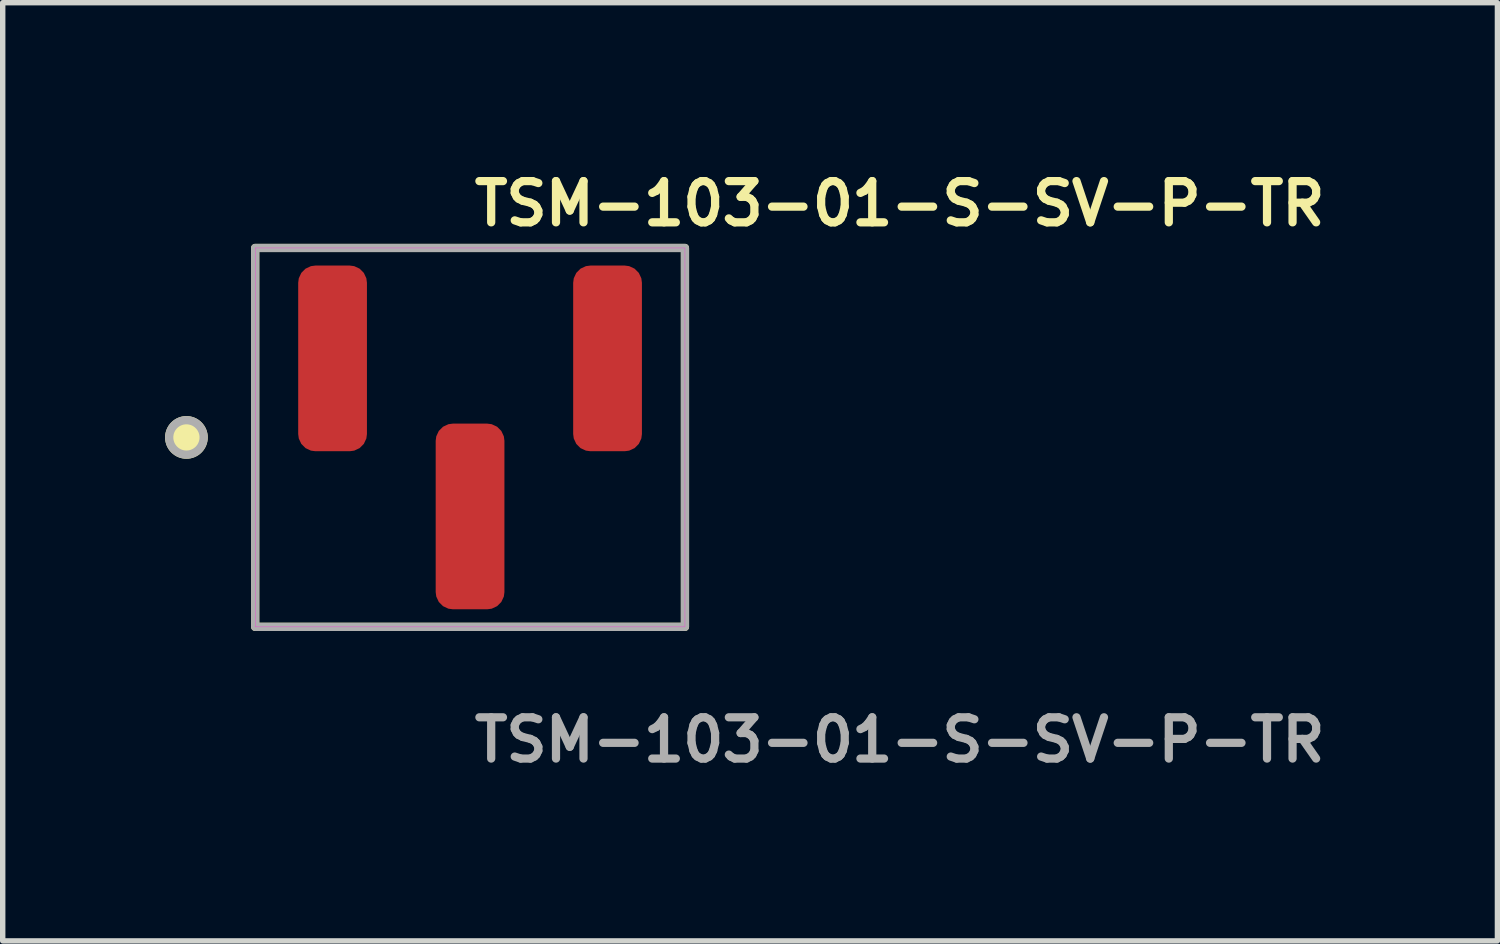
<source format=kicad_pcb>
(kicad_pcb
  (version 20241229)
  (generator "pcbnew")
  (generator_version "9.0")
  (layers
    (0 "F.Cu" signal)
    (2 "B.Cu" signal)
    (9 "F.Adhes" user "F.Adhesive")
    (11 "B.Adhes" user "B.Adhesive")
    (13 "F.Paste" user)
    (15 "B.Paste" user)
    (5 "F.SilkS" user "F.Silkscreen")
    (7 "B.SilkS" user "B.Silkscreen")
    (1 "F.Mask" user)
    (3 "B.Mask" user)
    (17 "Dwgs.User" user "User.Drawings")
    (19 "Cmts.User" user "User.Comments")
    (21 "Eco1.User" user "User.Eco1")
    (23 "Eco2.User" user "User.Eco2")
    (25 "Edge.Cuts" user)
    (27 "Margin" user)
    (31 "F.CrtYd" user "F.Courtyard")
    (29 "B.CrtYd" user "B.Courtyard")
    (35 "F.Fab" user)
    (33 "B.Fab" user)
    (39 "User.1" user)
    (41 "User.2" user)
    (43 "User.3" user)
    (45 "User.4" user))
  (footprint "TSM-103-01-S-SV-P-TR"
    (layer "F.Cu")
    (at 5.634 5.031)
    (property "Reference" "TSM-103-01-S-SV-P-TR" (at 0 -4.318 0) (unlocked yes) (layer "F.SilkS") (effects (font (size 0.762 0.762) (thickness 0.152)) (justify left)))
    (fp_rect (start -3.97 3.5) (end 3.97 -3.5) (stroke (width 0.152) (type solid)) (fill no) (layer "F.SilkS"))
    (fp_circle (center -5.24 0) (end -5.558 0) (stroke (width 0.152) (type solid)) (fill yes) (layer "F.SilkS"))
    (fp_rect (start -3.97 3.5) (end 3.97 -3.5) (stroke (width 0.006) (type solid)) (fill no) (layer "F.CrtYd"))
    (fp_rect (start -3.97 3.5) (end 3.97 -3.5) (stroke (width 0.152) (type solid)) (fill no) (layer "F.Fab"))
    (fp_circle (center -5.24 0) (end -5.558 0) (stroke (width 0.152) (type solid)) (fill no) (layer "F.Fab"))
    (fp_text user "${REFERENCE}" (at 0 5.588 0) (unlocked yes) (layer "F.Fab") (effects (font (size 0.762 0.762) (thickness 0.152)) (justify left)))
    (pad "1" smd roundrect (at -2.54 -1.46) (size 1.27 3.43) (layers "F.Cu" "F.Paste") (roundrect_rratio 0.25))
    (pad "2" smd roundrect (at 0 1.46) (size 1.27 3.43) (layers "F.Cu" "F.Paste") (roundrect_rratio 0.25))
    (pad "3" smd roundrect (at 2.54 -1.46) (size 1.27 3.43) (layers "F.Cu" "F.Paste") (roundrect_rratio 0.25)))
  (gr_rect
    (start -3 -3)
    (end 24.614 14.332)
    (stroke (width 0.1) (type default))
    (fill no)
    (layer "Edge.Cuts")))
</source>
